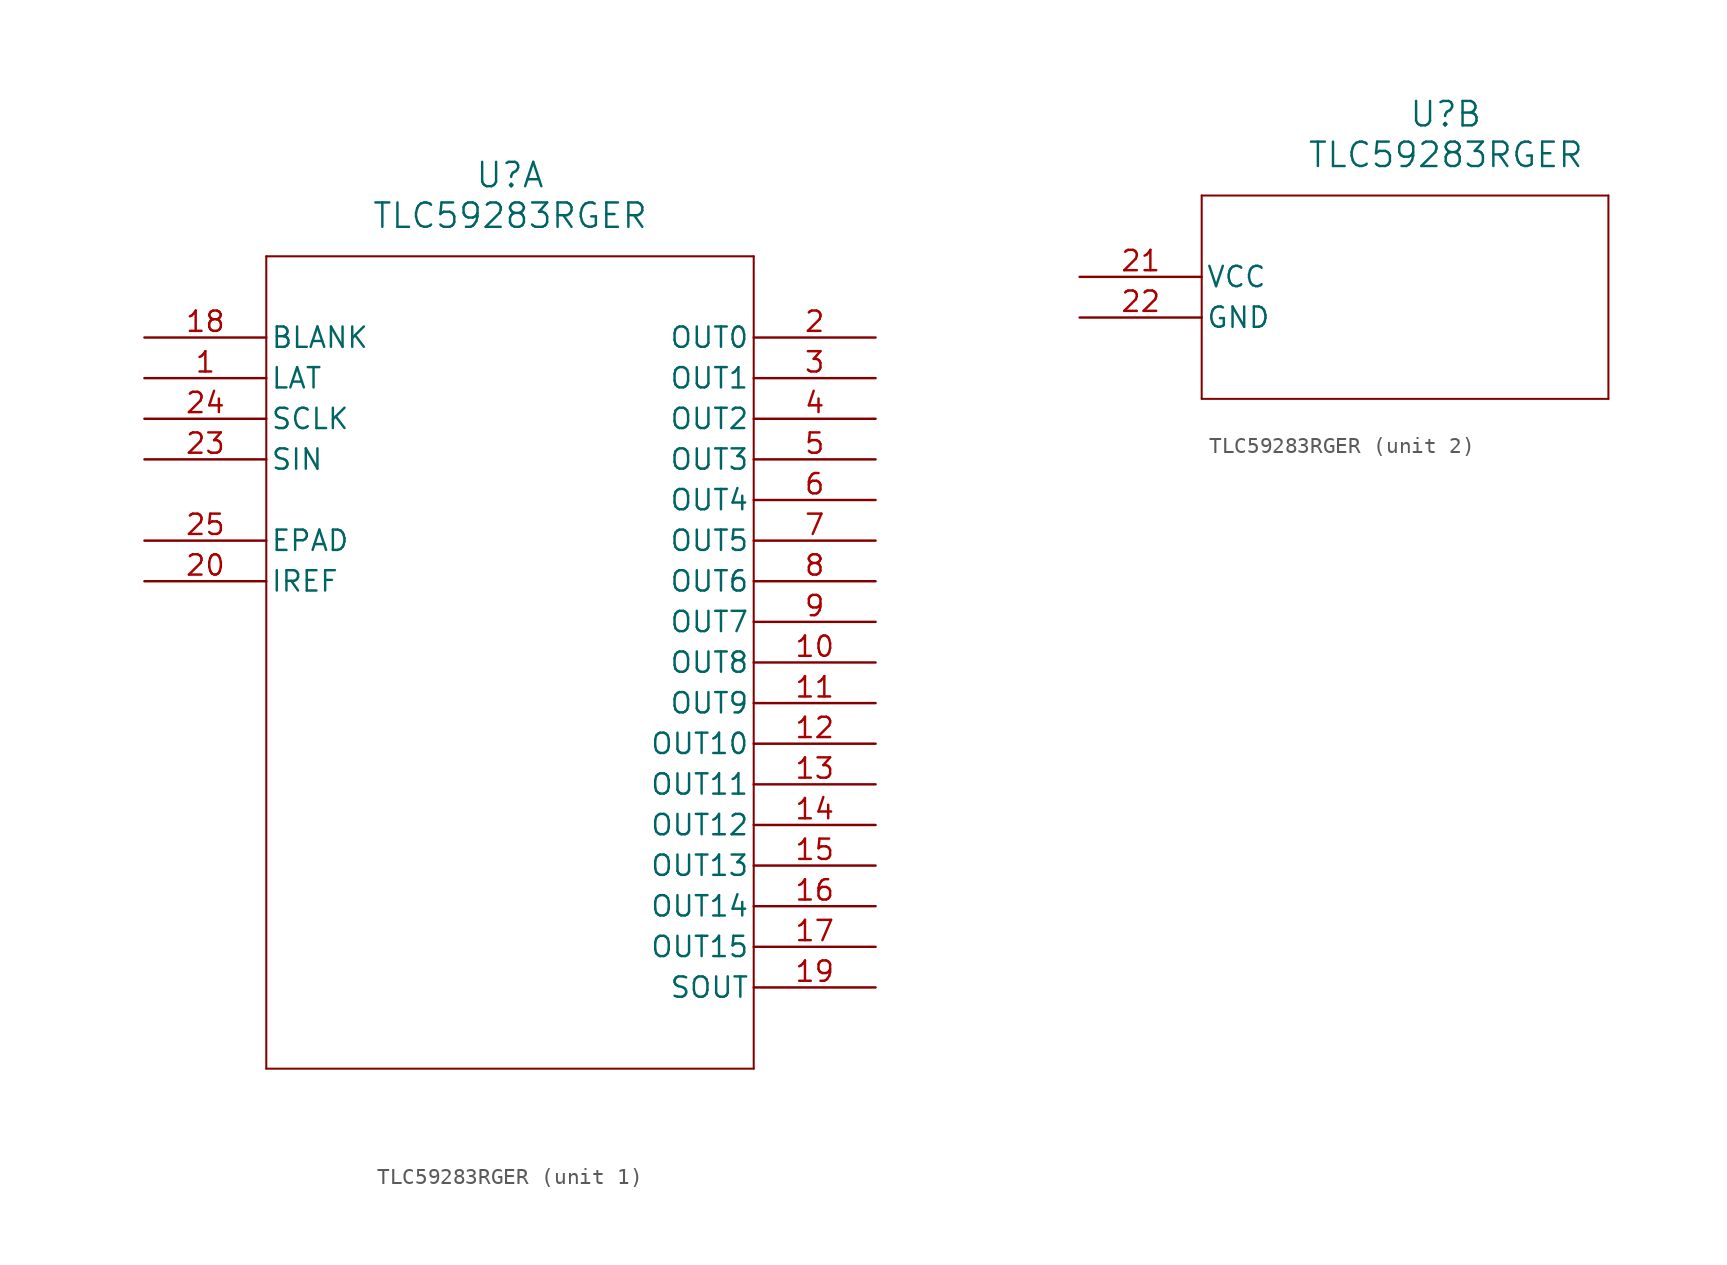
<source format=kicad_sym>
(kicad_symbol_lib
  (version 20211014)
  (generator kicad_symbol_editor)
  (symbol "TLC59283RGER"
    (pin_names
      (offset 0.254))
    (property "Reference" "U"
      (at 22.86 10.16 0)
      (effects (font (size 1.524 1.524))))
    (property "Value" "TLC59283RGER"
      (at 22.86 7.62 0)
      (effects (font (size 1.524 1.524))))
    (symbol "TLC59283RGER_1_1"
      (polyline (pts (xy 7.62 5.08) (xy 7.62 -45.72)) (stroke (width 0.127) (type default) (color 0 0 0 0)) (fill (type none)))
      (polyline (pts (xy 7.62 -45.72) (xy 38.1 -45.72)) (stroke (width 0.127) (type default) (color 0 0 0 0)) (fill (type none)))
      (polyline (pts (xy 38.1 -45.72) (xy 38.1 5.08)) (stroke (width 0.127) (type default) (color 0 0 0 0)) (fill (type none)))
      (polyline (pts (xy 38.1 5.08) (xy 7.62 5.08)) (stroke (width 0.127) (type default) (color 0 0 0 0)) (fill (type none)))
      (pin input line (at 0 -2.54 0) (length 7.62) (name "LAT" (effects (font (size 1.27 1.27)))) (number "1" (effects (font (size 1.27 1.27)))))
      (pin output line (at 45.72 0 180) (length 7.62) (name "OUT0" (effects (font (size 1.27 1.27)))) (number "2" (effects (font (size 1.27 1.27)))))
      (pin output line (at 45.72 -2.54 180) (length 7.62) (name "OUT1" (effects (font (size 1.27 1.27)))) (number "3" (effects (font (size 1.27 1.27)))))
      (pin output line (at 45.72 -5.08 180) (length 7.62) (name "OUT2" (effects (font (size 1.27 1.27)))) (number "4" (effects (font (size 1.27 1.27)))))
      (pin output line (at 45.72 -7.62 180) (length 7.62) (name "OUT3" (effects (font (size 1.27 1.27)))) (number "5" (effects (font (size 1.27 1.27)))))
      (pin output line (at 45.72 -10.16 180) (length 7.62) (name "OUT4" (effects (font (size 1.27 1.27)))) (number "6" (effects (font (size 1.27 1.27)))))
      (pin output line (at 45.72 -12.7 180) (length 7.62) (name "OUT5" (effects (font (size 1.27 1.27)))) (number "7" (effects (font (size 1.27 1.27)))))
      (pin output line (at 45.72 -15.24 180) (length 7.62) (name "OUT6" (effects (font (size 1.27 1.27)))) (number "8" (effects (font (size 1.27 1.27)))))
      (pin output line (at 45.72 -17.78 180) (length 7.62) (name "OUT7" (effects (font (size 1.27 1.27)))) (number "9" (effects (font (size 1.27 1.27)))))
      (pin output line (at 45.72 -20.32 180) (length 7.62) (name "OUT8" (effects (font (size 1.27 1.27)))) (number "10" (effects (font (size 1.27 1.27)))))
      (pin output line (at 45.72 -22.86 180) (length 7.62) (name "OUT9" (effects (font (size 1.27 1.27)))) (number "11" (effects (font (size 1.27 1.27)))))
      (pin output line (at 45.72 -25.4 180) (length 7.62) (name "OUT10" (effects (font (size 1.27 1.27)))) (number "12" (effects (font (size 1.27 1.27)))))
      (pin output line (at 45.72 -27.94 180) (length 7.62) (name "OUT11" (effects (font (size 1.27 1.27)))) (number "13" (effects (font (size 1.27 1.27)))))
      (pin output line (at 45.72 -30.48 180) (length 7.62) (name "OUT12" (effects (font (size 1.27 1.27)))) (number "14" (effects (font (size 1.27 1.27)))))
      (pin output line (at 45.72 -33.02 180) (length 7.62) (name "OUT13" (effects (font (size 1.27 1.27)))) (number "15" (effects (font (size 1.27 1.27)))))
      (pin output line (at 45.72 -35.56 180) (length 7.62) (name "OUT14" (effects (font (size 1.27 1.27)))) (number "16" (effects (font (size 1.27 1.27)))))
      (pin output line (at 45.72 -38.1 180) (length 7.62) (name "OUT15" (effects (font (size 1.27 1.27)))) (number "17" (effects (font (size 1.27 1.27)))))
      (pin input line (at 0 0 0) (length 7.62) (name "BLANK" (effects (font (size 1.27 1.27)))) (number "18" (effects (font (size 1.27 1.27)))))
      (pin output line (at 45.72 -40.64 180) (length 7.62) (name "SOUT" (effects (font (size 1.27 1.27)))) (number "19" (effects (font (size 1.27 1.27)))))
      (pin bidirectional line (at 0 -15.24 0) (length 7.62) (name "IREF" (effects (font (size 1.27 1.27)))) (number "20" (effects (font (size 1.27 1.27)))))
      (pin input line (at 0 -7.62 0) (length 7.62) (name "SIN" (effects (font (size 1.27 1.27)))) (number "23" (effects (font (size 1.27 1.27)))))
      (pin input line (at 0 -5.08 0) (length 7.62) (name "SCLK" (effects (font (size 1.27 1.27)))) (number "24" (effects (font (size 1.27 1.27)))))
      (pin unspecified line (at 0 -12.7 0) (length 7.62) (name "EPAD" (effects (font (size 1.27 1.27)))) (number "25" (effects (font (size 1.27 1.27))))))
    (symbol "TLC59283RGER_2_1"
      (polyline (pts (xy 7.62 5.08) (xy 7.62 -7.62)) (stroke (width 0.127) (type default) (color 0 0 0 0)) (fill (type none)))
      (polyline (pts (xy 7.62 -7.62) (xy 33.02 -7.62)) (stroke (width 0.127) (type default) (color 0 0 0 0)) (fill (type none)))
      (polyline (pts (xy 33.02 -7.62) (xy 33.02 5.08)) (stroke (width 0.127) (type default) (color 0 0 0 0)) (fill (type none)))
      (polyline (pts (xy 33.02 5.08) (xy 7.62 5.08)) (stroke (width 0.127) (type default) (color 0 0 0 0)) (fill (type none)))
      (pin power_in line (at 0 0 0) (length 7.62) (name "VCC" (effects (font (size 1.27 1.27)))) (number "21" (effects (font (size 1.27 1.27)))))
      (pin power_in line (at 0 -2.54 0) (length 7.62) (name "GND" (effects (font (size 1.27 1.27)))) (number "22" (effects (font (size 1.27 1.27))))))))
</source>
